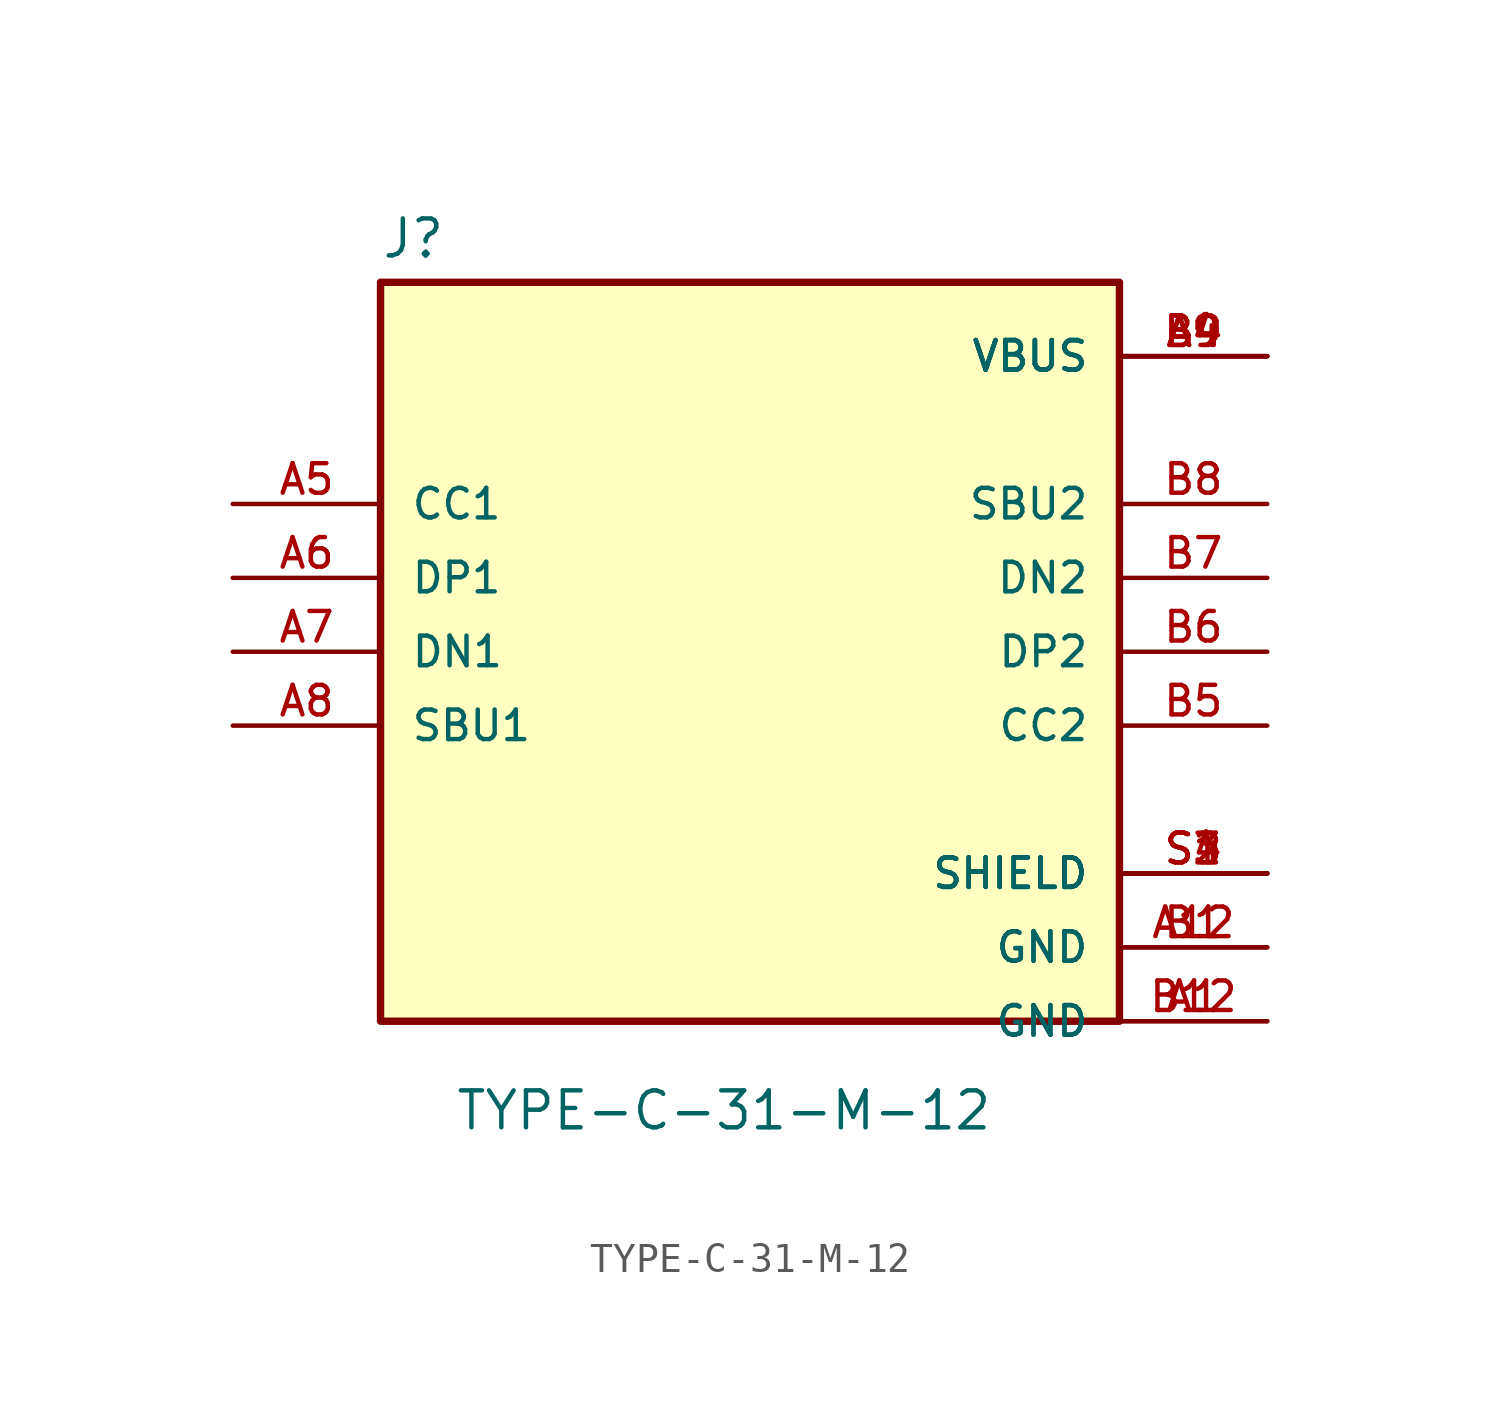
<source format=kicad_sym>
(kicad_symbol_lib
  (version 20211014)
  (generator kicad_symbol_editor)
  (symbol "TYPE-C-31-M-12"
    (pin_names
      (offset 1.016))
    (property "Reference" "J"
      (at -12.7 13.462 0)
      (effects (font (size 1.27 1.27)) (justify left bottom)))
    (property "Value" "TYPE-C-31-M-12"
      (at -10.16 -16.51 0)
      (effects (font (size 1.27 1.27)) (justify left bottom)))
    (property "ki_locked" ""
      (at 0 0 0)
      (effects (font (size 1.27 1.27))))
    (symbol "TYPE-C-31-M-12_0_0"
      (rectangle (start -12.7 -12.7) (end 12.7 12.7) (stroke (width 0.254) (type default) (color 0 0 0 0)) (fill (type background)))
      (pin power_in line (at 17.78 -12.7 180) (length 5.08) (name "GND" (effects (font (size 1.016 1.016)))) (number "A1" (effects (font (size 1.016 1.016)))))
      (pin power_in line (at 17.78 -10.16 180) (length 5.08) (name "GND" (effects (font (size 1.016 1.016)))) (number "A12" (effects (font (size 1.016 1.016)))))
      (pin bidirectional line (at -17.78 5.08 0) (length 5.08) (name "CC1" (effects (font (size 1.016 1.016)))) (number "A5" (effects (font (size 1.016 1.016)))))
      (pin bidirectional line (at -17.78 2.54 0) (length 5.08) (name "DP1" (effects (font (size 1.016 1.016)))) (number "A6" (effects (font (size 1.016 1.016)))))
      (pin bidirectional line (at -17.78 0 0) (length 5.08) (name "DN1" (effects (font (size 1.016 1.016)))) (number "A7" (effects (font (size 1.016 1.016)))))
      (pin bidirectional line (at -17.78 -2.54 0) (length 5.08) (name "SBU1" (effects (font (size 1.016 1.016)))) (number "A8" (effects (font (size 1.016 1.016)))))
      (pin power_in line (at 17.78 10.16 180) (length 5.08) (name "VBUS" (effects (font (size 1.016 1.016)))) (number "A9" (effects (font (size 1.016 1.016)))))
      (pin power_in line (at 17.78 -10.16 180) (length 5.08) (name "GND" (effects (font (size 1.016 1.016)))) (number "B1" (effects (font (size 1.016 1.016)))))
      (pin power_in line (at 17.78 -12.7 180) (length 5.08) (name "GND" (effects (font (size 1.016 1.016)))) (number "B12" (effects (font (size 1.016 1.016)))))
      (pin bidirectional line (at 17.78 -2.54 180) (length 5.08) (name "CC2" (effects (font (size 1.016 1.016)))) (number "B5" (effects (font (size 1.016 1.016)))))
      (pin bidirectional line (at 17.78 0 180) (length 5.08) (name "DP2" (effects (font (size 1.016 1.016)))) (number "B6" (effects (font (size 1.016 1.016)))))
      (pin bidirectional line (at 17.78 2.54 180) (length 5.08) (name "DN2" (effects (font (size 1.016 1.016)))) (number "B7" (effects (font (size 1.016 1.016)))))
      (pin bidirectional line (at 17.78 5.08 180) (length 5.08) (name "SBU2" (effects (font (size 1.016 1.016)))) (number "B8" (effects (font (size 1.016 1.016)))))
      (pin power_in line (at 17.78 10.16 180) (length 5.08) (name "VBUS" (effects (font (size 1.016 1.016)))) (number "B9" (effects (font (size 1.016 1.016)))))
      (pin passive line (at 17.78 -7.62 180) (length 5.08) (name "SHIELD" (effects (font (size 1.016 1.016)))) (number "S1" (effects (font (size 1.016 1.016)))))
      (pin passive line (at 17.78 -7.62 180) (length 5.08) (name "SHIELD" (effects (font (size 1.016 1.016)))) (number "S2" (effects (font (size 1.016 1.016)))))
      (pin passive line (at 17.78 -7.62 180) (length 5.08) (name "SHIELD" (effects (font (size 1.016 1.016)))) (number "S3" (effects (font (size 1.016 1.016)))))
      (pin passive line (at 17.78 -7.62 180) (length 5.08) (name "SHIELD" (effects (font (size 1.016 1.016)))) (number "S4" (effects (font (size 1.016 1.016))))))
    (symbol "TYPE-C-31-M-12_1_1"
      (pin power_in line (at 17.78 10.16 180) (length 5.08) (name "VBUS" (effects (font (size 1.016 1.016)))) (number "A4" (effects (font (size 1.016 1.016)))))
      (pin power_in line (at 17.78 10.16 180) (length 5.08) (name "VBUS" (effects (font (size 1.016 1.016)))) (number "B4" (effects (font (size 1.016 1.016))))))))
</source>
